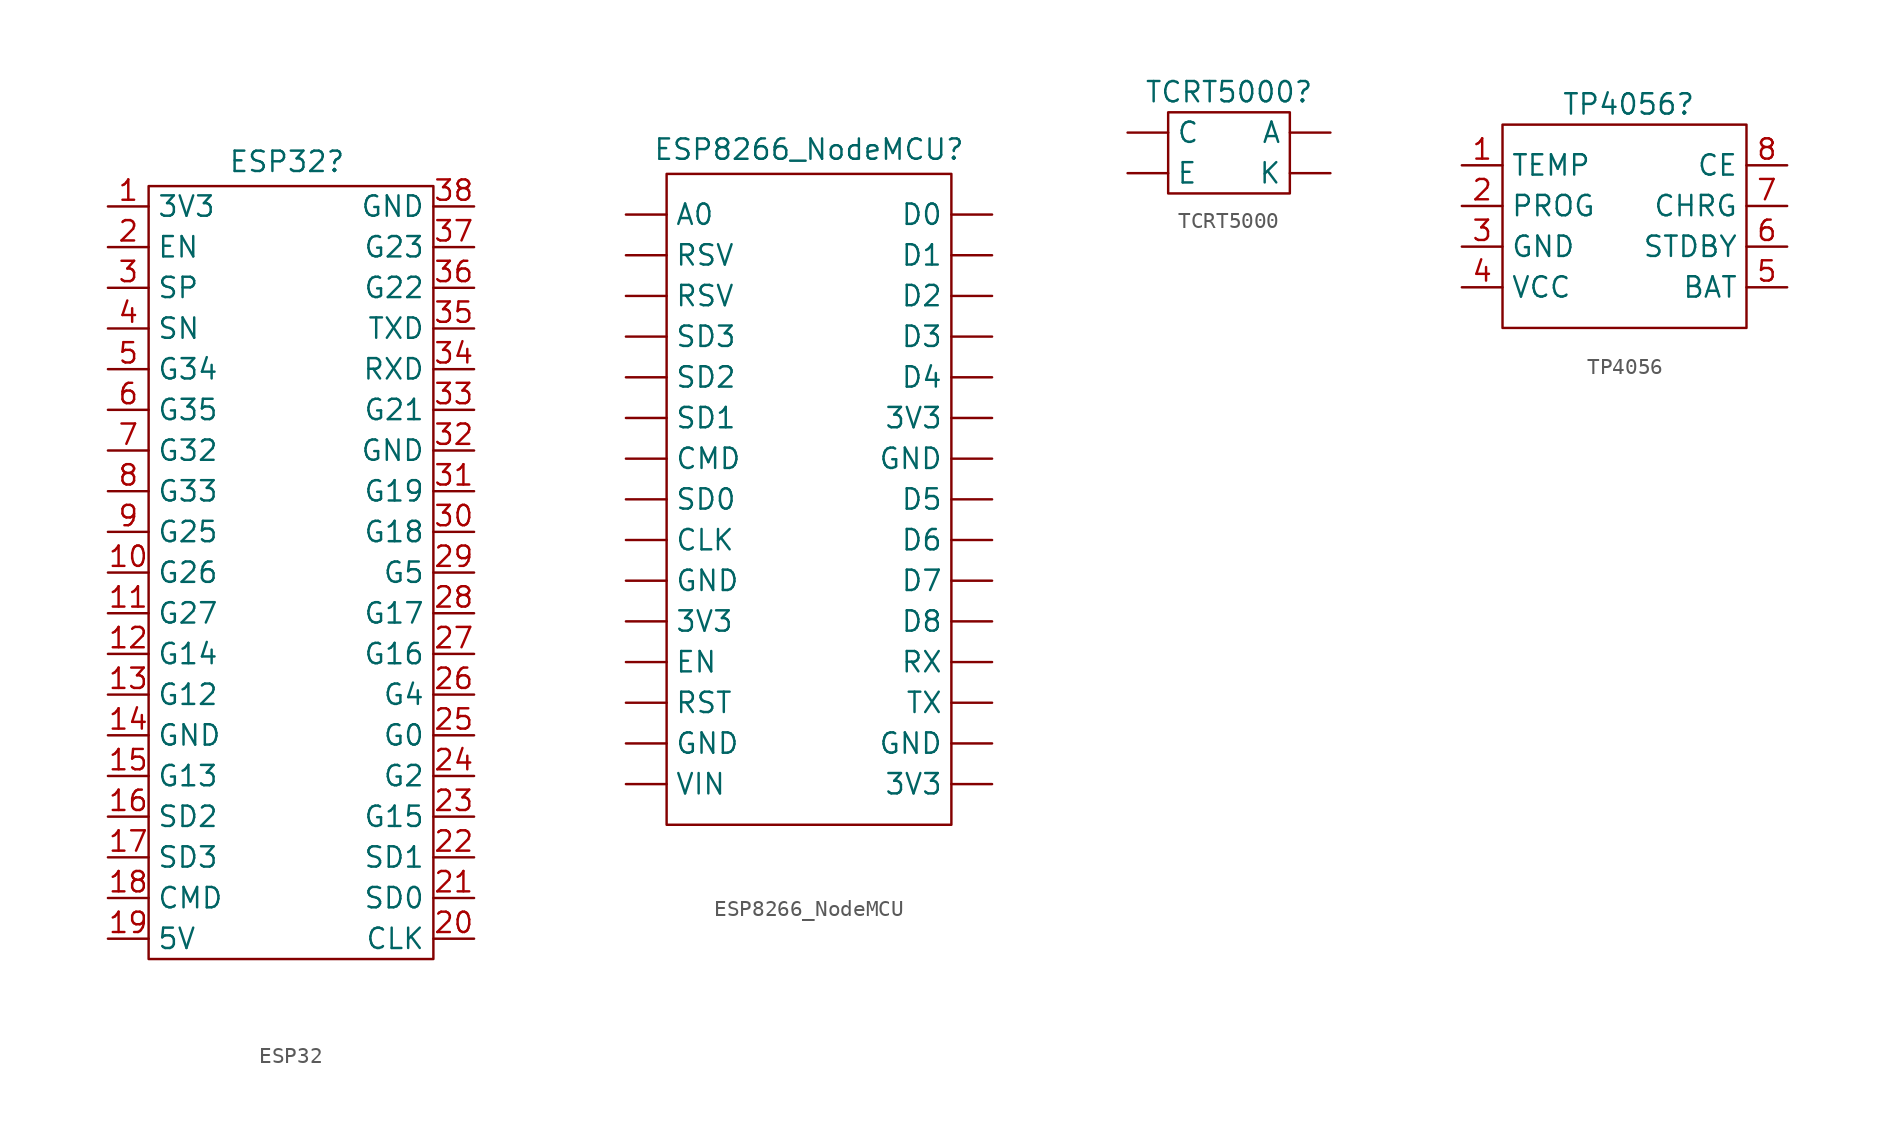
<source format=kicad_sym>
(kicad_symbol_lib
  (version 20231120)
  (generator "kicad_symbol_editor")
  (generator_version "8.0")
  (symbol "ESP32"
    (property "Reference" "ESP32"
      (at -0.254 25.654 0)
      (effects (font (size 1.27 1.27))))
    (property "Value" ""
      (at 0 0 0)
      (effects (font (size 1.27 1.27))))
    (symbol "ESP32_0_1"
      (rectangle (start -8.89 24.13) (end 8.89 -24.13) (stroke (width 0) (type default)) (fill (type none))))
    (symbol "ESP32_1_1"
      (pin power_in line (at -11.43 22.86 0) (length 2.54) (name "3V3" (effects (font (size 1.27 1.27)))) (number "1" (effects (font (size 1.27 1.27)))))
      (pin bidirectional line (at -11.43 0 0) (length 2.54) (name "G26" (effects (font (size 1.27 1.27)))) (number "10" (effects (font (size 1.27 1.27)))))
      (pin bidirectional line (at -11.43 -2.54 0) (length 2.54) (name "G27" (effects (font (size 1.27 1.27)))) (number "11" (effects (font (size 1.27 1.27)))))
      (pin bidirectional line (at -11.43 -5.08 0) (length 2.54) (name "G14" (effects (font (size 1.27 1.27)))) (number "12" (effects (font (size 1.27 1.27)))))
      (pin bidirectional line (at -11.43 -7.62 0) (length 2.54) (name "G12" (effects (font (size 1.27 1.27)))) (number "13" (effects (font (size 1.27 1.27)))))
      (pin bidirectional line (at -11.43 -10.16 0) (length 2.54) (name "GND" (effects (font (size 1.27 1.27)))) (number "14" (effects (font (size 1.27 1.27)))))
      (pin input line (at -11.43 -12.7 0) (length 2.54) (name "G13" (effects (font (size 1.27 1.27)))) (number "15" (effects (font (size 1.27 1.27)))))
      (pin power_in line (at -11.43 -15.24 0) (length 2.54) (name "SD2" (effects (font (size 1.27 1.27)))) (number "16" (effects (font (size 1.27 1.27)))))
      (pin power_in line (at -11.43 -17.78 0) (length 2.54) (name "SD3" (effects (font (size 1.27 1.27)))) (number "17" (effects (font (size 1.27 1.27)))))
      (pin power_in line (at -11.43 -20.32 0) (length 2.54) (name "CMD" (effects (font (size 1.27 1.27)))) (number "18" (effects (font (size 1.27 1.27)))))
      (pin power_in line (at -11.43 -22.86 0) (length 2.54) (name "5V" (effects (font (size 1.27 1.27)))) (number "19" (effects (font (size 1.27 1.27)))))
      (pin power_in line (at -11.43 20.32 0) (length 2.54) (name "EN" (effects (font (size 1.27 1.27)))) (number "2" (effects (font (size 1.27 1.27)))))
      (pin power_out line (at 11.43 -22.86 180) (length 2.54) (name "CLK" (effects (font (size 1.27 1.27)))) (number "20" (effects (font (size 1.27 1.27)))))
      (pin power_in line (at 11.43 -20.32 180) (length 2.54) (name "SD0" (effects (font (size 1.27 1.27)))) (number "21" (effects (font (size 1.27 1.27)))))
      (pin power_out line (at 11.43 -17.78 180) (length 2.54) (name "SD1" (effects (font (size 1.27 1.27)))) (number "22" (effects (font (size 1.27 1.27)))))
      (pin bidirectional line (at 11.43 -15.24 180) (length 2.54) (name "G15" (effects (font (size 1.27 1.27)))) (number "23" (effects (font (size 1.27 1.27)))))
      (pin bidirectional line (at 11.43 -12.7 180) (length 2.54) (name "G2" (effects (font (size 1.27 1.27)))) (number "24" (effects (font (size 1.27 1.27)))))
      (pin bidirectional line (at 11.43 -10.16 180) (length 2.54) (name "G0" (effects (font (size 1.27 1.27)))) (number "25" (effects (font (size 1.27 1.27)))))
      (pin bidirectional line (at 11.43 -7.62 180) (length 2.54) (name "G4" (effects (font (size 1.27 1.27)))) (number "26" (effects (font (size 1.27 1.27)))))
      (pin bidirectional line (at 11.43 -5.08 180) (length 2.54) (name "G16" (effects (font (size 1.27 1.27)))) (number "27" (effects (font (size 1.27 1.27)))))
      (pin bidirectional line (at 11.43 -2.54 180) (length 2.54) (name "G17" (effects (font (size 1.27 1.27)))) (number "28" (effects (font (size 1.27 1.27)))))
      (pin bidirectional line (at 11.43 0 180) (length 2.54) (name "G5" (effects (font (size 1.27 1.27)))) (number "29" (effects (font (size 1.27 1.27)))))
      (pin bidirectional line (at -11.43 17.78 0) (length 2.54) (name "SP" (effects (font (size 1.27 1.27)))) (number "3" (effects (font (size 1.27 1.27)))))
      (pin bidirectional line (at 11.43 2.54 180) (length 2.54) (name "G18" (effects (font (size 1.27 1.27)))) (number "30" (effects (font (size 1.27 1.27)))))
      (pin bidirectional line (at 11.43 5.08 180) (length 2.54) (name "G19" (effects (font (size 1.27 1.27)))) (number "31" (effects (font (size 1.27 1.27)))))
      (pin bidirectional line (at 11.43 7.62 180) (length 2.54) (name "GND" (effects (font (size 1.27 1.27)))) (number "32" (effects (font (size 1.27 1.27)))))
      (pin bidirectional line (at 11.43 10.16 180) (length 2.54) (name "G21" (effects (font (size 1.27 1.27)))) (number "33" (effects (font (size 1.27 1.27)))))
      (pin bidirectional line (at 11.43 12.7 180) (length 2.54) (name "RXD" (effects (font (size 1.27 1.27)))) (number "34" (effects (font (size 1.27 1.27)))))
      (pin bidirectional line (at 11.43 15.24 180) (length 2.54) (name "TXD" (effects (font (size 1.27 1.27)))) (number "35" (effects (font (size 1.27 1.27)))))
      (pin bidirectional line (at 11.43 17.78 180) (length 2.54) (name "G22" (effects (font (size 1.27 1.27)))) (number "36" (effects (font (size 1.27 1.27)))))
      (pin bidirectional line (at 11.43 20.32 180) (length 2.54) (name "G23" (effects (font (size 1.27 1.27)))) (number "37" (effects (font (size 1.27 1.27)))))
      (pin power_in line (at 11.43 22.86 180) (length 2.54) (name "GND" (effects (font (size 1.27 1.27)))) (number "38" (effects (font (size 1.27 1.27)))))
      (pin bidirectional line (at -11.43 15.24 0) (length 2.54) (name "SN" (effects (font (size 1.27 1.27)))) (number "4" (effects (font (size 1.27 1.27)))))
      (pin bidirectional line (at -11.43 12.7 0) (length 2.54) (name "G34" (effects (font (size 1.27 1.27)))) (number "5" (effects (font (size 1.27 1.27)))))
      (pin bidirectional line (at -11.43 10.16 0) (length 2.54) (name "G35" (effects (font (size 1.27 1.27)))) (number "6" (effects (font (size 1.27 1.27)))))
      (pin bidirectional line (at -11.43 7.62 0) (length 2.54) (name "G32" (effects (font (size 1.27 1.27)))) (number "7" (effects (font (size 1.27 1.27)))))
      (pin bidirectional line (at -11.43 5.08 0) (length 2.54) (name "G33" (effects (font (size 1.27 1.27)))) (number "8" (effects (font (size 1.27 1.27)))))
      (pin bidirectional line (at -11.43 2.54 0) (length 2.54) (name "G25" (effects (font (size 1.27 1.27)))) (number "9" (effects (font (size 1.27 1.27)))))))
  (symbol "ESP8266_NodeMCU"
    (property "Reference" "ESP8266_NodeMCU"
      (at 0 21.844 0)
      (effects (font (size 1.27 1.27))))
    (property "Value" ""
      (at 0 -7.62 0)
      (effects (font (size 1.27 1.27))))
    (symbol "ESP8266_NodeMCU_0_1"
      (rectangle (start -8.89 20.32) (end 8.89 -20.32) (stroke (width 0) (type default)) (fill (type none))))
    (symbol "ESP8266_NodeMCU_1_1"
      (pin power_out line (at -11.43 -7.62 0) (length 2.54) (name "3V3" (effects (font (size 1.27 1.27)))) (number "" (effects (font (size 1.27 1.27)))))
      (pin power_out line (at 11.43 -17.78 180) (length 2.54) (name "3V3" (effects (font (size 1.27 1.27)))) (number "" (effects (font (size 1.27 1.27)))))
      (pin power_out line (at 11.43 5.08 180) (length 2.54) (name "3V3" (effects (font (size 1.27 1.27)))) (number "" (effects (font (size 1.27 1.27)))))
      (pin bidirectional line (at -11.43 17.78 0) (length 2.54) (name "A0" (effects (font (size 1.27 1.27)))) (number "" (effects (font (size 1.27 1.27)))))
      (pin bidirectional line (at -11.43 -2.54 0) (length 2.54) (name "CLK" (effects (font (size 1.27 1.27)))) (number "" (effects (font (size 1.27 1.27)))))
      (pin bidirectional line (at -11.43 2.54 0) (length 2.54) (name "CMD" (effects (font (size 1.27 1.27)))) (number "" (effects (font (size 1.27 1.27)))))
      (pin bidirectional line (at 11.43 17.78 180) (length 2.54) (name "D0" (effects (font (size 1.27 1.27)))) (number "" (effects (font (size 1.27 1.27)))))
      (pin bidirectional line (at 11.43 15.24 180) (length 2.54) (name "D1" (effects (font (size 1.27 1.27)))) (number "" (effects (font (size 1.27 1.27)))))
      (pin bidirectional line (at 11.43 12.7 180) (length 2.54) (name "D2" (effects (font (size 1.27 1.27)))) (number "" (effects (font (size 1.27 1.27)))))
      (pin bidirectional line (at 11.43 10.16 180) (length 2.54) (name "D3" (effects (font (size 1.27 1.27)))) (number "" (effects (font (size 1.27 1.27)))))
      (pin bidirectional line (at 11.43 7.62 180) (length 2.54) (name "D4" (effects (font (size 1.27 1.27)))) (number "" (effects (font (size 1.27 1.27)))))
      (pin bidirectional line (at 11.43 0 180) (length 2.54) (name "D5" (effects (font (size 1.27 1.27)))) (number "" (effects (font (size 1.27 1.27)))))
      (pin bidirectional line (at 11.43 -2.54 180) (length 2.54) (name "D6" (effects (font (size 1.27 1.27)))) (number "" (effects (font (size 1.27 1.27)))))
      (pin bidirectional line (at 11.43 -5.08 180) (length 2.54) (name "D7" (effects (font (size 1.27 1.27)))) (number "" (effects (font (size 1.27 1.27)))))
      (pin bidirectional line (at 11.43 -7.62 180) (length 2.54) (name "D8" (effects (font (size 1.27 1.27)))) (number "" (effects (font (size 1.27 1.27)))))
      (pin bidirectional line (at -11.43 -10.16 0) (length 2.54) (name "EN" (effects (font (size 1.27 1.27)))) (number "" (effects (font (size 1.27 1.27)))))
      (pin power_in line (at -11.43 -15.24 0) (length 2.54) (name "GND" (effects (font (size 1.27 1.27)))) (number "" (effects (font (size 1.27 1.27)))))
      (pin power_in line (at -11.43 -5.08 0) (length 2.54) (name "GND" (effects (font (size 1.27 1.27)))) (number "" (effects (font (size 1.27 1.27)))))
      (pin power_in line (at 11.43 -15.24 180) (length 2.54) (name "GND" (effects (font (size 1.27 1.27)))) (number "" (effects (font (size 1.27 1.27)))))
      (pin power_in line (at 11.43 2.54 180) (length 2.54) (name "GND" (effects (font (size 1.27 1.27)))) (number "" (effects (font (size 1.27 1.27)))))
      (pin input line (at -11.43 -12.7 0) (length 2.54) (name "RST" (effects (font (size 1.27 1.27)))) (number "" (effects (font (size 1.27 1.27)))))
      (pin bidirectional line (at -11.43 12.7 0) (length 2.54) (name "RSV" (effects (font (size 1.27 1.27)))) (number "" (effects (font (size 1.27 1.27)))))
      (pin bidirectional line (at -11.43 15.24 0) (length 2.54) (name "RSV" (effects (font (size 1.27 1.27)))) (number "" (effects (font (size 1.27 1.27)))))
      (pin bidirectional line (at 11.43 -10.16 180) (length 2.54) (name "RX" (effects (font (size 1.27 1.27)))) (number "" (effects (font (size 1.27 1.27)))))
      (pin bidirectional line (at -11.43 0 0) (length 2.54) (name "SD0" (effects (font (size 1.27 1.27)))) (number "" (effects (font (size 1.27 1.27)))))
      (pin bidirectional line (at -11.43 5.08 0) (length 2.54) (name "SD1" (effects (font (size 1.27 1.27)))) (number "" (effects (font (size 1.27 1.27)))))
      (pin bidirectional line (at -11.43 7.62 0) (length 2.54) (name "SD2" (effects (font (size 1.27 1.27)))) (number "" (effects (font (size 1.27 1.27)))))
      (pin bidirectional line (at -11.43 10.16 0) (length 2.54) (name "SD3" (effects (font (size 1.27 1.27)))) (number "" (effects (font (size 1.27 1.27)))))
      (pin bidirectional line (at 11.43 -12.7 180) (length 2.54) (name "TX" (effects (font (size 1.27 1.27)))) (number "" (effects (font (size 1.27 1.27)))))
      (pin power_in line (at -11.43 -17.78 0) (length 2.54) (name "VIN" (effects (font (size 1.27 1.27)))) (number "" (effects (font (size 1.27 1.27)))))))
  (symbol "TCRT5000"
    (property "Reference" "TCRT5000"
      (at 0 3.81 0)
      (effects (font (size 1.27 1.27))))
    (property "Value" ""
      (at 0 0 0)
      (effects (font (size 1.27 1.27))))
    (symbol "TCRT5000_0_1"
      (rectangle (start -3.81 2.54) (end 3.81 -2.54) (stroke (width 0) (type default)) (fill (type none))))
    (symbol "TCRT5000_1_1"
      (pin power_in line (at 6.35 1.27 180) (length 2.54) (name "A" (effects (font (size 1.27 1.27)))) (number "" (effects (font (size 1.27 1.27)))))
      (pin power_in line (at -6.35 1.27 0) (length 2.54) (name "C" (effects (font (size 1.27 1.27)))) (number "" (effects (font (size 1.27 1.27)))))
      (pin power_in line (at -6.35 -1.27 0) (length 2.54) (name "E" (effects (font (size 1.27 1.27)))) (number "" (effects (font (size 1.27 1.27)))))
      (pin power_out line (at 6.35 -1.27 180) (length 2.54) (name "K" (effects (font (size 1.27 1.27)))) (number "" (effects (font (size 1.27 1.27)))))))
  (symbol "TP4056"
    (property "Reference" "TP4056"
      (at 0.254 7.62 0)
      (effects (font (size 1.27 1.27))))
    (property "Value" ""
      (at -7.62 0 0)
      (effects (font (size 1.27 1.27))))
    (symbol "TP4056_0_1"
      (rectangle (start -7.62 6.35) (end 7.62 -6.35) (stroke (width 0) (type default)) (fill (type none))))
    (symbol "TP4056_1_1"
      (pin bidirectional line (at -10.16 3.81 0) (length 2.54) (name "TEMP" (effects (font (size 1.27 1.27)))) (number "1" (effects (font (size 1.27 1.27)))))
      (pin bidirectional line (at -10.16 1.27 0) (length 2.54) (name "PROG" (effects (font (size 1.27 1.27)))) (number "2" (effects (font (size 1.27 1.27)))))
      (pin power_in line (at -10.16 -1.27 0) (length 2.54) (name "GND" (effects (font (size 1.27 1.27)))) (number "3" (effects (font (size 1.27 1.27)))))
      (pin power_in line (at -10.16 -3.81 0) (length 2.54) (name "VCC" (effects (font (size 1.27 1.27)))) (number "4" (effects (font (size 1.27 1.27)))))
      (pin bidirectional line (at 10.16 -3.81 180) (length 2.54) (name "BAT" (effects (font (size 1.27 1.27)))) (number "5" (effects (font (size 1.27 1.27)))))
      (pin bidirectional line (at 10.16 -1.27 180) (length 2.54) (name "STDBY" (effects (font (size 1.27 1.27)))) (number "6" (effects (font (size 1.27 1.27)))))
      (pin bidirectional line (at 10.16 1.27 180) (length 2.54) (name "CHRG" (effects (font (size 1.27 1.27)))) (number "7" (effects (font (size 1.27 1.27)))))
      (pin bidirectional line (at 10.16 3.81 180) (length 2.54) (name "CE" (effects (font (size 1.27 1.27)))) (number "8" (effects (font (size 1.27 1.27))))))))
</source>
